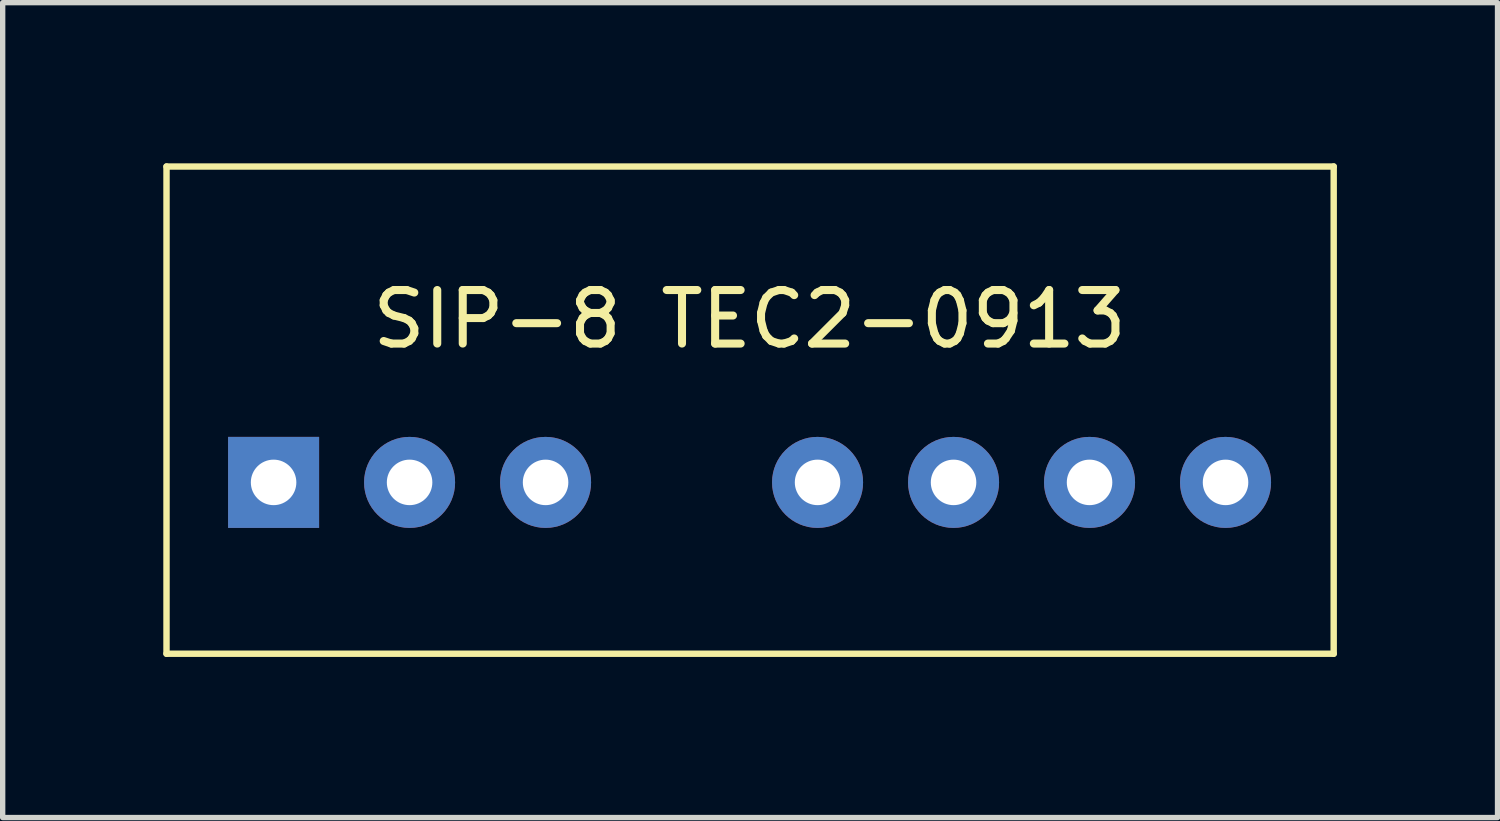
<source format=kicad_pcb>
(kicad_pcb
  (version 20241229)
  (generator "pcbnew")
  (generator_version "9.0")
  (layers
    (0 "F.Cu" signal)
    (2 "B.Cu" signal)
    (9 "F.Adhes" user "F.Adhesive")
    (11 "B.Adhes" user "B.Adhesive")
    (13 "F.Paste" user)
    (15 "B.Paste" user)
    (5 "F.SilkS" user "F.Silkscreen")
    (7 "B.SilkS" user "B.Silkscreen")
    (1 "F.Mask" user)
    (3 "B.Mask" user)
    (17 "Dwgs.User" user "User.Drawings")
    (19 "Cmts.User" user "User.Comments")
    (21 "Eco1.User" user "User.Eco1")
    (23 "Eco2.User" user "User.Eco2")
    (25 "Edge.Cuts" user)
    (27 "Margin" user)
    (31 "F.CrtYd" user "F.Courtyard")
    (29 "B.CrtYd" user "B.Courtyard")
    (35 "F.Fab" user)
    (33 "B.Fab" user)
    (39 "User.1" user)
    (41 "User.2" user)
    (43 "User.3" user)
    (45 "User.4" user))
  (footprint "SIP-8 TEC2-0913"
    (layer "F.Cu")
    (at 2.06 5.96)
    (property "Reference" "SIP-8 TEC2-0913" (at 8.89 -3.048 0) (layer "F.SilkS") (effects (font (size 1 1) (thickness 0.15))))
    (attr through_hole)
    (fp_line (start -2 -5.9) (end 19.8 -5.9) (stroke (width 0.12) (type solid)) (layer "F.SilkS"))
    (fp_line (start -2 3.2) (end -2 -5.9) (stroke (width 0.12) (type solid)) (layer "F.SilkS"))
    (fp_line (start 19.8 -5.9) (end 19.8 3.2) (stroke (width 0.12) (type solid)) (layer "F.SilkS"))
    (fp_line (start 19.8 3.2) (end -2 3.2) (stroke (width 0.12) (type solid)) (layer "F.SilkS"))
    (pad "1" thru_hole rect (at 0 0) (size 1.7 1.7) (drill 0.85) (layers "*.Cu" "*.Mask"))
    (pad "2" thru_hole circle (at 2.54 0) (size 1.7 1.7) (drill 0.85) (layers "*.Cu" "*.Mask"))
    (pad "3" thru_hole circle (at 5.08 0) (size 1.7 1.7) (drill 0.85) (layers "*.Cu" "*.Mask"))
    (pad "5" thru_hole circle (at 10.16 0) (size 1.7 1.7) (drill 0.85) (layers "*.Cu" "*.Mask"))
    (pad "6" thru_hole circle (at 12.7 0) (size 1.7 1.7) (drill 0.85) (layers "*.Cu" "*.Mask"))
    (pad "7" thru_hole circle (at 15.24 0) (size 1.7 1.7) (drill 0.85) (layers "*.Cu" "*.Mask"))
    (pad "8" thru_hole circle (at 17.78 0) (size 1.7 1.7) (drill 0.85) (layers "*.Cu" "*.Mask")))
  (gr_rect
    (start -3 -3)
    (end 24.92 12.22)
    (stroke (width 0.1) (type default))
    (fill no)
    (layer "Edge.Cuts")))
</source>
